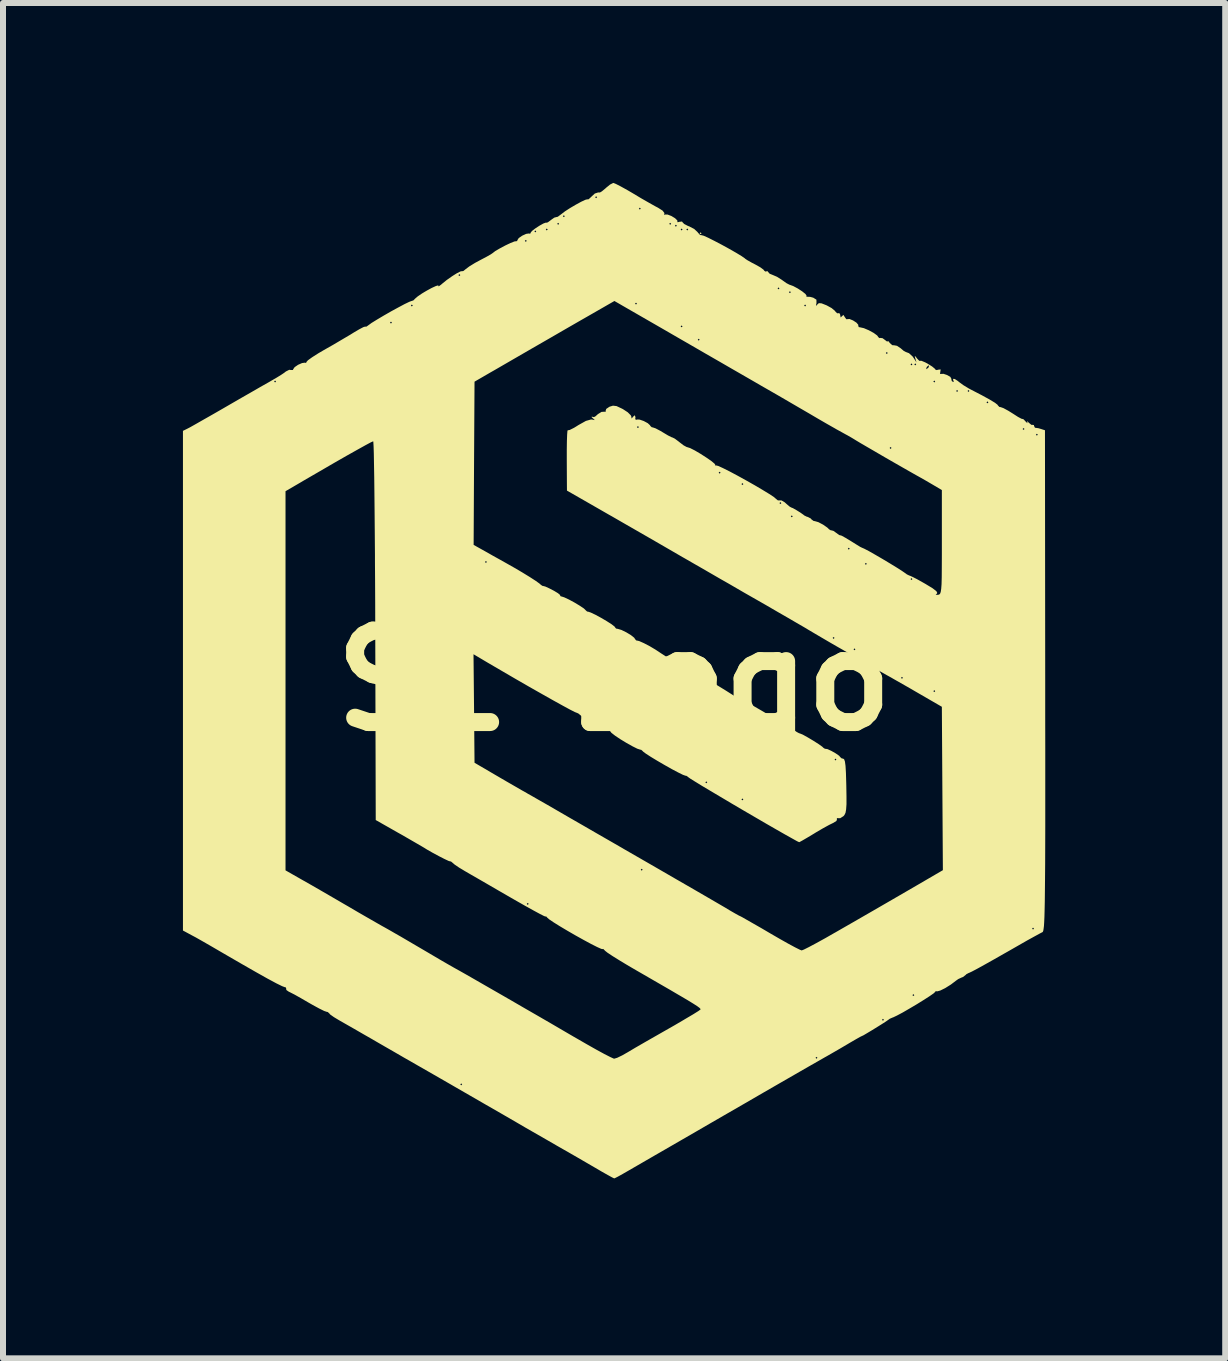
<source format=kicad_pcb>
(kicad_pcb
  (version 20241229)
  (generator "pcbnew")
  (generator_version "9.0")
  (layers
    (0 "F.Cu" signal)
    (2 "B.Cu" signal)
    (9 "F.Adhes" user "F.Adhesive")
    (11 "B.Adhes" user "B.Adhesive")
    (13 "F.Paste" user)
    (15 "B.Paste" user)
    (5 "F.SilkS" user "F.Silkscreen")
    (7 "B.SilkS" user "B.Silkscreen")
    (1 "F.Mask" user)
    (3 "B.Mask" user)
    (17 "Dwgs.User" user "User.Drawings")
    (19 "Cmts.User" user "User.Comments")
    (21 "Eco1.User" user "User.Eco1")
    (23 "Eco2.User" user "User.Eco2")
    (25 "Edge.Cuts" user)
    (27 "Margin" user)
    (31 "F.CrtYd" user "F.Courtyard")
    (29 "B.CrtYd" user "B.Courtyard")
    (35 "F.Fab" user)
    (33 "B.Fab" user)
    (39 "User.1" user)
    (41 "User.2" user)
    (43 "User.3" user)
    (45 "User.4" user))
  (footprint "SL Logo"
    (layer "F.Cu")
    (at 7.189 8.298)
    (property "Reference" "SL Logo" (at 0 0 0) (layer "F.SilkS") (effects (font (size 1.524 1.524) (thickness 0.3))))
    (attr board_only exclude_from_pos_files exclude_from_bom)
    (fp_poly (pts (xy 1.457 -7.458) (xy 1.441 -7.443) (xy 1.425 -7.458) (xy 1.441 -7.474)) (stroke (width 0) (type solid)) (fill yes) (layer "F.SilkS"))
    (fp_poly (pts (xy 0.028 -8.282) (xy 0.11 -8.24) (xy 0.22 -8.179) (xy 0.314 -8.124) (xy 0.449 -8.043) (xy 0.58 -7.968) (xy 0.685 -7.909) (xy 0.731 -7.885) (xy 0.808 -7.836) (xy 0.838 -7.796) (xy 0.836 -7.785) (xy 0.833 -7.764) (xy 0.848 -7.771) (xy 0.891 -7.771) (xy 0.954 -7.747) (xy 1.015 -7.71) (xy 1.053 -7.673) (xy 1.054 -7.652) (xy 1.058 -7.642) (xy 1.086 -7.65) (xy 1.131 -7.655) (xy 1.14 -7.642) (xy 1.167 -7.614) (xy 1.233 -7.58) (xy 1.251 -7.574) (xy 1.334 -7.531) (xy 1.391 -7.478) (xy 1.395 -7.471) (xy 1.432 -7.43) (xy 1.458 -7.427) (xy 1.492 -7.418) (xy 1.568 -7.384) (xy 1.673 -7.331) (xy 1.793 -7.268) (xy 1.917 -7.2) (xy 2.031 -7.135) (xy 2.122 -7.08) (xy 2.177 -7.042) (xy 2.185 -7.034) (xy 2.221 -7.01) (xy 2.294 -6.969) (xy 2.352 -6.939) (xy 2.436 -6.892) (xy 2.49 -6.852) (xy 2.502 -6.835) (xy 2.522 -6.82) (xy 2.534 -6.825) (xy 2.563 -6.825) (xy 2.565 -6.815) (xy 2.592 -6.785) (xy 2.639 -6.766) (xy 2.716 -6.733) (xy 2.799 -6.68) (xy 2.804 -6.676) (xy 2.873 -6.627) (xy 2.923 -6.601) (xy 2.928 -6.6) (xy 2.985 -6.579) (xy 3.06 -6.539) (xy 3.134 -6.491) (xy 3.189 -6.447) (xy 3.208 -6.418) (xy 3.207 -6.416) (xy 3.205 -6.4) (xy 3.215 -6.401) (xy 3.267 -6.399) (xy 3.319 -6.385) (xy 3.372 -6.352) (xy 3.373 -6.294) (xy 3.372 -6.292) (xy 3.364 -6.249) (xy 3.38 -6.262) (xy 3.384 -6.269) (xy 3.412 -6.294) (xy 3.457 -6.291) (xy 3.536 -6.26) (xy 3.543 -6.257) (xy 3.625 -6.212) (xy 3.679 -6.167) (xy 3.688 -6.154) (xy 3.719 -6.124) (xy 3.737 -6.128) (xy 3.763 -6.12) (xy 3.769 -6.091) (xy 3.776 -6.055) (xy 3.797 -6.076) (xy 3.822 -6.098) (xy 3.844 -6.063) (xy 3.87 -6.026) (xy 3.884 -6.027) (xy 3.923 -6.03) (xy 3.982 -6.006) (xy 4.039 -5.969) (xy 4.07 -5.933) (xy 4.069 -5.921) (xy 4.077 -5.895) (xy 4.101 -5.891) (xy 4.163 -5.877) (xy 4.245 -5.842) (xy 4.326 -5.798) (xy 4.385 -5.755) (xy 4.402 -5.73) (xy 4.421 -5.711) (xy 4.431 -5.715) (xy 4.474 -5.71) (xy 4.511 -5.683) (xy 4.549 -5.654) (xy 4.562 -5.659) (xy 4.575 -5.658) (xy 4.594 -5.631) (xy 4.637 -5.593) (xy 4.665 -5.592) (xy 4.715 -5.583) (xy 4.775 -5.543) (xy 4.829 -5.497) (xy 4.862 -5.48) (xy 4.915 -5.46) (xy 4.976 -5.404) (xy 5.001 -5.368) (xy 5.04 -5.305) (xy 5.022 -5.368) (xy 5.011 -5.412) (xy 5.024 -5.405) (xy 5.051 -5.37) (xy 5.087 -5.332) (xy 5.099 -5.333) (xy 5.123 -5.333) (xy 5.185 -5.307) (xy 5.226 -5.285) (xy 5.301 -5.238) (xy 5.347 -5.2) (xy 5.352 -5.189) (xy 5.376 -5.178) (xy 5.405 -5.185) (xy 5.443 -5.189) (xy 5.437 -5.15) (xy 5.432 -5.114) (xy 5.445 -5.114) (xy 5.49 -5.116) (xy 5.55 -5.096) (xy 5.603 -5.066) (xy 5.621 -5.037) (xy 5.62 -5.033) (xy 5.628 -4.997) (xy 5.642 -4.985) (xy 5.664 -4.981) (xy 5.656 -4.999) (xy 5.648 -5.032) (xy 5.678 -5.03) (xy 5.73 -4.996) (xy 5.75 -4.979) (xy 5.818 -4.929) (xy 5.91 -4.873) (xy 5.938 -4.858) (xy 6.127 -4.76) (xy 6.262 -4.686) (xy 6.349 -4.633) (xy 6.391 -4.6) (xy 6.398 -4.588) (xy 6.423 -4.563) (xy 6.442 -4.561) (xy 6.49 -4.544) (xy 6.571 -4.5) (xy 6.648 -4.452) (xy 6.732 -4.398) (xy 6.79 -4.367) (xy 6.809 -4.363) (xy 6.826 -4.357) (xy 6.859 -4.321) (xy 6.889 -4.292) (xy 6.888 -4.307) (xy 6.885 -4.329) (xy 6.913 -4.3) (xy 6.956 -4.265) (xy 6.979 -4.265) (xy 6.998 -4.262) (xy 6.999 -4.249) (xy 7.015 -4.217) (xy 7.023 -4.216) (xy 7.069 -4.21) (xy 7.114 -4.197) (xy 7.182 -4.175) (xy 7.186 -0.001) (xy 7.186 0.6) (xy 7.187 1.141) (xy 7.187 1.625) (xy 7.187 2.056) (xy 7.187 2.435) (xy 7.186 2.767) (xy 7.185 3.054) (xy 7.183 3.301) (xy 7.181 3.509) (xy 7.179 3.682) (xy 7.176 3.824) (xy 7.173 3.937) (xy 7.169 4.025) (xy 7.165 4.09) (xy 7.159 4.137) (xy 7.154 4.167) (xy 7.147 4.185) (xy 7.14 4.193) (xy 7.138 4.193) (xy 7.096 4.215) (xy 7.008 4.263) (xy 6.883 4.332) (xy 6.731 4.419) (xy 6.56 4.517) (xy 6.512 4.544) (xy 6.34 4.642) (xy 6.185 4.729) (xy 6.057 4.8) (xy 5.964 4.849) (xy 5.915 4.872) (xy 5.91 4.873) (xy 5.869 4.895) (xy 5.862 4.904) (xy 5.816 4.94) (xy 5.798 4.946) (xy 5.737 4.974) (xy 5.703 4.998) (xy 5.613 5.066) (xy 5.519 5.125) (xy 5.438 5.165) (xy 5.388 5.179) (xy 5.382 5.177) (xy 5.354 5.179) (xy 5.352 5.188) (xy 5.327 5.212) (xy 5.258 5.26) (xy 5.16 5.323) (xy 5.044 5.395) (xy 4.922 5.467) (xy 4.808 5.533) (xy 4.714 5.583) (xy 4.653 5.612) (xy 4.641 5.616) (xy 4.595 5.636) (xy 4.592 5.638) (xy 4.559 5.662) (xy 4.49 5.708) (xy 4.399 5.765) (xy 4.302 5.825) (xy 4.215 5.877) (xy 4.154 5.913) (xy 4.134 5.922) (xy 4.103 5.937) (xy 4.032 5.977) (xy 3.932 6.035) (xy 3.89 6.06) (xy 3.761 6.136) (xy 3.631 6.211) (xy 3.528 6.27) (xy 3.515 6.277) (xy 3.4 6.343) (xy 3.235 6.437) (xy 3.025 6.558) (xy 2.773 6.703) (xy 2.485 6.869) (xy 2.166 7.054) (xy 1.821 7.253) (xy 1.598 7.382) (xy 1.367 7.516) (xy 1.142 7.646) (xy 0.936 7.765) (xy 0.763 7.865) (xy 0.681 7.912) (xy 0.524 8.003) (xy 0.377 8.088) (xy 0.251 8.161) (xy 0.162 8.212) (xy 0.143 8.223) (xy 0.064 8.267) (xy 0.011 8.294) (xy 0 8.297) (xy -0.032 8.282) (xy -0.107 8.241) (xy -0.213 8.181) (xy -0.317 8.12) (xy -0.46 8.037) (xy -0.601 7.955) (xy -0.721 7.886) (xy -0.776 7.854) (xy -0.847 7.814) (xy -0.964 7.747) (xy -1.116 7.659) (xy -1.294 7.557) (xy -1.489 7.445) (xy -1.631 7.362) (xy -1.883 7.216) (xy -2.144 7.066) (xy -2.404 6.916) (xy -2.657 6.77) (xy -2.726 6.73) (xy -2.565 6.73) (xy -2.55 6.746) (xy -2.534 6.73) (xy -2.55 6.714) (xy -2.565 6.73) (xy -2.726 6.73) (xy -2.893 6.634) (xy -3.105 6.512) (xy -3.285 6.409) (xy -3.424 6.329) (xy -3.5 6.286) (xy -3.574 6.243) (xy -3.688 6.177) (xy -3.829 6.096) (xy -3.983 6.007) (xy -4.022 5.984) (xy -4.181 5.893) (xy -4.335 5.804) (xy -4.47 5.727) (xy -4.57 5.67) (xy -4.584 5.662) (xy -4.672 5.609) (xy -4.733 5.566) (xy -4.751 5.545) (xy -4.776 5.523) (xy -4.791 5.521) (xy -4.835 5.506) (xy -4.918 5.465) (xy -5.028 5.405) (xy -5.1 5.364) (xy -5.222 5.293) (xy -5.327 5.234) (xy -5.403 5.195) (xy -5.426 5.184) (xy -5.466 5.156) (xy -5.467 5.136) (xy -5.475 5.112) (xy -5.49 5.11) (xy -5.535 5.093) (xy -5.633 5.045) (xy -5.78 4.966) (xy -5.974 4.857) (xy -6.215 4.719) (xy -6.498 4.555) (xy -6.572 4.512) (xy -6.716 4.428) (xy -6.857 4.347) (xy -6.975 4.28) (xy -7.039 4.246) (xy -7.189 4.165) (xy -7.189 3.162) (xy -5.479 3.162) (xy -5.186 3.329) (xy -5.052 3.405) (xy -4.882 3.503) (xy -4.694 3.612) (xy -4.507 3.721) (xy -4.434 3.763) (xy -4.269 3.86) (xy -4.111 3.951) (xy -3.975 4.029) (xy -3.872 4.088) (xy -3.832 4.11) (xy -3.775 4.142) (xy -3.717 4.175) (xy -3.648 4.215) (xy -3.56 4.265) (xy -3.446 4.332) (xy -3.296 4.42) (xy -3.103 4.533) (xy -3.025 4.579) (xy -2.891 4.658) (xy -2.77 4.728) (xy -2.677 4.781) (xy -2.631 4.807) (xy -2.573 4.839) (xy -2.467 4.899) (xy -2.322 4.982) (xy -2.145 5.084) (xy -1.943 5.2) (xy -1.724 5.326) (xy -1.495 5.459) (xy -1.264 5.592) (xy -1.038 5.723) (xy -0.826 5.847) (xy -0.634 5.959) (xy -0.633 5.959) (xy -0.458 6.06) (xy -0.299 6.15) (xy -0.165 6.223) (xy -0.065 6.274) (xy -0.008 6.3) (xy 0 6.302) (xy 0.05 6.287) (xy 3.357 6.287) (xy 3.373 6.302) (xy 3.389 6.287) (xy 3.373 6.271) (xy 3.357 6.287) (xy 0.05 6.287) (xy 0.05 6.287) (xy 0.135 6.246) (xy 0.228 6.193) (xy 0.349 6.121) (xy 0.472 6.05) (xy 0.545 6.008) (xy 0.792 5.867) (xy 1.006 5.745) (xy 1.163 5.653) (xy 4.466 5.653) (xy 4.481 5.669) (xy 4.497 5.653) (xy 4.481 5.637) (xy 4.466 5.653) (xy 1.163 5.653) (xy 1.181 5.642) (xy 1.315 5.563) (xy 1.403 5.508) (xy 1.439 5.482) (xy 1.44 5.481) (xy 1.438 5.471) (xy 1.421 5.453) (xy 1.383 5.425) (xy 1.319 5.384) (xy 1.226 5.327) (xy 1.097 5.251) (xy 1.081 5.242) (xy 4.972 5.242) (xy 4.988 5.257) (xy 5.004 5.242) (xy 4.988 5.226) (xy 4.972 5.242) (xy 1.081 5.242) (xy 0.928 5.152) (xy 0.715 5.029) (xy 0.452 4.877) (xy 0.412 4.854) (xy 0.245 4.757) (xy 0.097 4.668) (xy -0.025 4.592) (xy -0.111 4.535) (xy -0.15 4.504) (xy -0.15 4.504) (xy -0.182 4.472) (xy -0.19 4.475) (xy -0.215 4.471) (xy -0.284 4.44) (xy -0.385 4.389) (xy -0.509 4.322) (xy -0.644 4.247) (xy -0.779 4.169) (xy -0.905 4.094) (xy -1.009 4.029) (xy -1.083 3.979) (xy -1.113 3.953) (xy -1.136 3.928) (xy -1.14 3.933) (xy -1.166 3.925) (xy -1.239 3.888) (xy -1.35 3.828) (xy -1.492 3.749) (xy -1.541 3.721) (xy -1.457 3.721) (xy -1.441 3.737) (xy -1.425 3.721) (xy -1.441 3.705) (xy -1.457 3.721) (xy -1.541 3.721) (xy -1.657 3.655) (xy -1.718 3.62) (xy -1.905 3.512) (xy -2.086 3.407) (xy -2.25 3.312) (xy -2.384 3.235) (xy -2.477 3.181) (xy -2.486 3.176) (xy -2.527 3.151) (xy 0.443 3.151) (xy 0.459 3.167) (xy 0.475 3.151) (xy 0.459 3.135) (xy 0.443 3.151) (xy -2.527 3.151) (xy -2.584 3.117) (xy -2.659 3.066) (xy -2.695 3.035) (xy -2.695 3.035) (xy -2.723 3.012) (xy -2.729 3.014) (xy -2.76 3.005) (xy -2.83 2.972) (xy -2.924 2.924) (xy -3.026 2.869) (xy -3.119 2.816) (xy -3.167 2.786) (xy -3.211 2.76) (xy -3.299 2.709) (xy -3.418 2.64) (xy -3.557 2.56) (xy -3.595 2.539) (xy -3.975 2.323) (xy -3.982 -0.441) (xy -2.345 -0.441) (xy -2.336 0.464) (xy -2.328 1.368) (xy -1.954 1.587) (xy -1.803 1.675) (xy -1.659 1.758) (xy -1.538 1.828) (xy -1.454 1.875) (xy -1.447 1.88) (xy -1.372 1.922) (xy -1.257 1.988) (xy -1.113 2.07) (xy -0.956 2.161) (xy -0.887 2.201) (xy -0.723 2.296) (xy -0.521 2.412) (xy -0.298 2.541) (xy -0.07 2.672) (xy 0.145 2.796) (xy 0.158 2.804) (xy 0.462 2.979) (xy 0.755 3.148) (xy 1.033 3.309) (xy 1.288 3.456) (xy 1.514 3.587) (xy 1.703 3.697) (xy 1.849 3.782) (xy 1.925 3.828) (xy 2.015 3.88) (xy 2.08 3.916) (xy 2.104 3.927) (xy 2.133 3.942) (xy 2.208 3.985) (xy 2.32 4.049) (xy 2.46 4.129) (xy 2.601 4.212) (xy 2.76 4.304) (xy 2.902 4.384) (xy 3.017 4.446) (xy 3.095 4.485) (xy 3.126 4.497) (xy 3.164 4.482) (xy 3.248 4.44) (xy 3.368 4.376) (xy 3.515 4.295) (xy 3.679 4.201) (xy 3.68 4.201) (xy 3.798 4.133) (xy 6.968 4.133) (xy 6.983 4.149) (xy 6.999 4.133) (xy 6.983 4.117) (xy 6.968 4.133) (xy 3.798 4.133) (xy 3.988 4.024) (xy 4.297 3.846) (xy 4.596 3.673) (xy 4.872 3.513) (xy 5.113 3.373) (xy 5.25 3.293) (xy 5.48 3.159) (xy 5.463 0.435) (xy 5.083 0.215) (xy 5.012 0.174) (xy 5.321 0.174) (xy 5.337 0.19) (xy 5.352 0.174) (xy 5.337 0.158) (xy 5.321 0.174) (xy 5.012 0.174) (xy 4.928 0.125) (xy 4.777 0.039) (xy 4.647 -0.035) (xy 4.625 -0.048) (xy 4.782 -0.048) (xy 4.798 -0.032) (xy 4.814 -0.048) (xy 4.798 -0.063) (xy 4.782 -0.048) (xy 4.625 -0.048) (xy 4.553 -0.088) (xy 4.545 -0.092) (xy 4.436 -0.154) (xy 4.302 -0.232) (xy 4.172 -0.31) (xy 4.169 -0.311) (xy 4.067 -0.373) (xy 3.988 -0.419) (xy 3.945 -0.442) (xy 3.941 -0.443) (xy 3.911 -0.458) (xy 3.838 -0.499) (xy 3.797 -0.523) (xy 3.991 -0.523) (xy 4.006 -0.507) (xy 4.022 -0.523) (xy 4.006 -0.538) (xy 3.991 -0.523) (xy 3.797 -0.523) (xy 3.733 -0.559) (xy 3.608 -0.631) (xy 3.475 -0.709) (xy 3.468 -0.713) (xy 3.642 -0.713) (xy 3.658 -0.697) (xy 3.674 -0.713) (xy 3.658 -0.728) (xy 3.642 -0.713) (xy 3.468 -0.713) (xy 3.344 -0.786) (xy 3.227 -0.855) (xy 3.215 -0.863) (xy 3.152 -0.9) (xy 3.043 -0.963) (xy 2.899 -1.047) (xy 2.727 -1.146) (xy 2.538 -1.256) (xy 2.407 -1.331) (xy 2.172 -1.465) (xy 1.914 -1.615) (xy 1.775 -1.694) (xy 4.941 -1.694) (xy 4.956 -1.679) (xy 4.972 -1.694) (xy 4.956 -1.71) (xy 4.941 -1.694) (xy 1.775 -1.694) (xy 1.649 -1.767) (xy 1.398 -1.912) (xy 1.335 -1.948) (xy 4.181 -1.948) (xy 4.196 -1.932) (xy 4.212 -1.948) (xy 4.196 -1.964) (xy 4.181 -1.948) (xy 1.335 -1.948) (xy 1.179 -2.038) (xy 1.14 -2.06) (xy 0.928 -2.183) (xy 0.897 -2.201) (xy 3.896 -2.201) (xy 3.911 -2.185) (xy 3.927 -2.201) (xy 3.911 -2.217) (xy 3.896 -2.201) (xy 0.897 -2.201) (xy 0.681 -2.326) (xy 0.417 -2.478) (xy 0.156 -2.628) (xy -0.038 -2.74) (xy 2.945 -2.74) (xy 2.961 -2.724) (xy 2.977 -2.74) (xy 2.961 -2.755) (xy 2.945 -2.74) (xy -0.038 -2.74) (xy -0.083 -2.765) (xy -0.116 -2.784) (xy -0.424 -2.961) (xy 2.755 -2.961) (xy 2.771 -2.945) (xy 2.787 -2.961) (xy 2.771 -2.977) (xy 2.755 -2.961) (xy -0.424 -2.961) (xy -0.787 -3.169) (xy -0.788 -3.278) (xy 2.122 -3.278) (xy 2.138 -3.262) (xy 2.154 -3.278) (xy 2.138 -3.294) (xy 2.122 -3.278) (xy -0.788 -3.278) (xy -0.789 -3.468) (xy 1.742 -3.468) (xy 1.758 -3.452) (xy 1.774 -3.468) (xy 1.758 -3.484) (xy 1.742 -3.468) (xy -0.789 -3.468) (xy -0.79 -3.681) (xy -0.79 -3.851) (xy -0.788 -3.995) (xy -0.784 -4.103) (xy -0.779 -4.164) (xy -0.775 -4.174) (xy -0.741 -4.18) (xy -0.671 -4.215) (xy -0.649 -4.228) (xy 0.38 -4.228) (xy 0.396 -4.212) (xy 0.412 -4.228) (xy 0.396 -4.244) (xy 0.38 -4.228) (xy -0.649 -4.228) (xy -0.593 -4.263) (xy -0.471 -4.331) (xy -0.385 -4.355) (xy -0.365 -4.353) (xy -0.324 -4.344) (xy -0.339 -4.361) (xy -0.348 -4.368) (xy -0.377 -4.395) (xy -0.372 -4.402) (xy -0.338 -4.394) (xy -0.311 -4.408) (xy -0.271 -4.444) (xy -0.211 -4.481) (xy -0.168 -4.484) (xy -0.139 -4.484) (xy -0.143 -4.497) (xy -0.132 -4.531) (xy -0.079 -4.567) (xy -0.02 -4.585) (xy 0.04 -4.578) (xy 0.123 -4.539) (xy 0.145 -4.528) (xy 0.226 -4.475) (xy 0.277 -4.424) (xy 0.286 -4.403) (xy 0.29 -4.371) (xy 0.312 -4.395) (xy 0.317 -4.402) (xy 0.344 -4.425) (xy 0.355 -4.393) (xy 0.351 -4.36) (xy 0.367 -4.348) (xy 0.378 -4.354) (xy 0.424 -4.353) (xy 0.493 -4.329) (xy 0.56 -4.293) (xy 0.599 -4.257) (xy 0.602 -4.248) (xy 0.627 -4.225) (xy 0.642 -4.223) (xy 0.69 -4.207) (xy 0.768 -4.166) (xy 0.815 -4.138) (xy 0.897 -4.089) (xy 0.957 -4.059) (xy 0.973 -4.054) (xy 1.011 -4.035) (xy 1.074 -3.988) (xy 1.09 -3.975) (xy 1.158 -3.923) (xy 1.21 -3.895) (xy 1.216 -3.894) (xy 1.266 -3.878) (xy 1.345 -3.838) (xy 1.44 -3.782) (xy 1.535 -3.721) (xy 1.618 -3.664) (xy 1.673 -3.618) (xy 1.687 -3.595) (xy 1.685 -3.583) (xy 1.699 -3.589) (xy 1.735 -3.58) (xy 1.814 -3.544) (xy 1.926 -3.488) (xy 2.059 -3.417) (xy 2.202 -3.338) (xy 2.345 -3.257) (xy 2.477 -3.179) (xy 2.587 -3.112) (xy 2.664 -3.061) (xy 2.696 -3.033) (xy 2.729 -3.006) (xy 2.735 -3.006) (xy 2.791 -3.005) (xy 2.843 -2.974) (xy 2.875 -2.945) (xy 2.927 -2.901) (xy 2.953 -2.887) (xy 2.981 -2.876) (xy 3.039 -2.843) (xy 3.105 -2.802) (xy 3.156 -2.766) (xy 3.167 -2.756) (xy 3.209 -2.735) (xy 3.23 -2.729) (xy 3.279 -2.703) (xy 3.288 -2.69) (xy 3.325 -2.663) (xy 3.345 -2.66) (xy 3.404 -2.643) (xy 3.484 -2.601) (xy 3.554 -2.552) (xy 3.582 -2.524) (xy 3.615 -2.505) (xy 3.621 -2.507) (xy 3.656 -2.497) (xy 3.704 -2.463) (xy 3.751 -2.428) (xy 3.769 -2.424) (xy 3.793 -2.417) (xy 3.856 -2.382) (xy 3.944 -2.329) (xy 4.035 -2.272) (xy 4.102 -2.231) (xy 4.131 -2.217) (xy 4.168 -2.201) (xy 4.247 -2.16) (xy 4.354 -2.099) (xy 4.476 -2.028) (xy 4.601 -1.953) (xy 4.717 -1.882) (xy 4.81 -1.822) (xy 4.868 -1.782) (xy 4.877 -1.774) (xy 4.92 -1.753) (xy 4.926 -1.752) (xy 4.967 -1.734) (xy 5.048 -1.693) (xy 5.153 -1.634) (xy 5.19 -1.613) (xy 5.307 -1.542) (xy 5.371 -1.493) (xy 5.387 -1.462) (xy 5.379 -1.451) (xy 5.36 -1.431) (xy 5.399 -1.432) (xy 5.4 -1.432) (xy 5.419 -1.437) (xy 5.433 -1.45) (xy 5.444 -1.479) (xy 5.452 -1.53) (xy 5.458 -1.61) (xy 5.461 -1.727) (xy 5.462 -1.887) (xy 5.463 -2.098) (xy 5.463 -2.31) (xy 5.463 -3.178) (xy 5.316 -3.265) (xy 5.198 -3.334) (xy 5.073 -3.405) (xy 5.031 -3.428) (xy 4.931 -3.485) (xy 4.803 -3.558) (xy 4.658 -3.641) (xy 4.505 -3.729) (xy 4.356 -3.816) (xy 4.246 -3.88) (xy 4.592 -3.88) (xy 4.608 -3.864) (xy 4.624 -3.88) (xy 4.608 -3.896) (xy 4.592 -3.88) (xy 4.246 -3.88) (xy 4.22 -3.895) (xy 4.11 -3.959) (xy 4.035 -4.004) (xy 4.006 -4.022) (xy 3.963 -4.048) (xy 3.883 -4.094) (xy 3.869 -4.101) (xy 7.031 -4.101) (xy 7.047 -4.086) (xy 7.063 -4.101) (xy 7.047 -4.117) (xy 7.031 -4.101) (xy 3.869 -4.101) (xy 3.795 -4.142) (xy 3.697 -4.196) (xy 6.809 -4.196) (xy 6.825 -4.181) (xy 6.841 -4.196) (xy 6.825 -4.212) (xy 6.809 -4.196) (xy 3.697 -4.196) (xy 3.684 -4.204) (xy 3.543 -4.284) (xy 3.398 -4.368) (xy 3.352 -4.395) (xy 3.245 -4.458) (xy 3.095 -4.545) (xy 2.932 -4.64) (xy 6.207 -4.64) (xy 6.223 -4.624) (xy 6.239 -4.64) (xy 6.223 -4.656) (xy 6.207 -4.64) (xy 2.932 -4.64) (xy 2.915 -4.65) (xy 2.719 -4.764) (xy 2.604 -4.83) (xy 5.701 -4.83) (xy 5.717 -4.814) (xy 5.732 -4.83) (xy 5.891 -4.83) (xy 5.907 -4.814) (xy 5.922 -4.83) (xy 5.907 -4.846) (xy 5.891 -4.83) (xy 5.732 -4.83) (xy 5.717 -4.846) (xy 5.701 -4.83) (xy 2.604 -4.83) (xy 2.517 -4.88) (xy 2.454 -4.916) (xy 2.33 -4.988) (xy 5.321 -4.988) (xy 5.337 -4.972) (xy 5.352 -4.988) (xy 5.337 -5.004) (xy 5.321 -4.988) (xy 2.33 -4.988) (xy 2.259 -5.029) (xy 2.023 -5.165) (xy 1.969 -5.196) (xy 5.202 -5.196) (xy 5.206 -5.194) (xy 5.235 -5.216) (xy 5.242 -5.226) (xy 5.25 -5.255) (xy 5.245 -5.257) (xy 5.216 -5.235) (xy 5.21 -5.226) (xy 5.202 -5.196) (xy 1.969 -5.196) (xy 1.836 -5.273) (xy 4.941 -5.273) (xy 4.956 -5.257) (xy 4.972 -5.273) (xy 5.004 -5.273) (xy 5.02 -5.257) (xy 5.036 -5.273) (xy 5.02 -5.289) (xy 5.004 -5.273) (xy 4.972 -5.273) (xy 4.956 -5.289) (xy 4.941 -5.273) (xy 1.836 -5.273) (xy 1.76 -5.317) (xy 1.506 -5.463) (xy 4.529 -5.463) (xy 4.545 -5.447) (xy 4.561 -5.463) (xy 4.545 -5.479) (xy 4.529 -5.463) (xy 1.506 -5.463) (xy 1.484 -5.476) (xy 1.209 -5.635) (xy 1.122 -5.685) (xy 1.394 -5.685) (xy 1.409 -5.669) (xy 1.425 -5.685) (xy 1.409 -5.701) (xy 1.394 -5.685) (xy 1.122 -5.685) (xy 0.949 -5.785) (xy 0.913 -5.806) (xy 0.738 -5.907) (xy 1.108 -5.907) (xy 1.124 -5.891) (xy 1.14 -5.907) (xy 1.124 -5.922) (xy 1.108 -5.907) (xy 0.738 -5.907) (xy 0.134 -6.255) (xy 3.167 -6.255) (xy 3.183 -6.239) (xy 3.199 -6.255) (xy 3.183 -6.271) (xy 3.167 -6.255) (xy 0.134 -6.255) (xy 0.079 -6.287) (xy 0.348 -6.287) (xy 0.364 -6.271) (xy 0.38 -6.287) (xy 0.364 -6.302) (xy 0.348 -6.287) (xy 0.079 -6.287) (xy 0.004 -6.33) (xy -0.37 -6.115) (xy -0.564 -6.004) (xy -0.802 -5.867) (xy -1.075 -5.709) (xy -1.372 -5.538) (xy -1.683 -5.358) (xy -1.999 -5.175) (xy -2.059 -5.141) (xy -2.328 -4.985) (xy -2.336 -3.625) (xy -2.343 -2.264) (xy -2.146 -2.154) (xy -2.021 -2.083) (xy -1.893 -2.012) (xy -1.806 -1.963) (xy -1.668 -1.885) (xy -1.532 -1.805) (xy -1.408 -1.729) (xy -1.309 -1.665) (xy -1.246 -1.62) (xy -1.232 -1.607) (xy -1.198 -1.581) (xy -1.192 -1.581) (xy -1.149 -1.57) (xy -1.079 -1.538) (xy -1.002 -1.498) (xy -0.936 -1.458) (xy -0.903 -1.43) (xy -0.903 -1.425) (xy -0.891 -1.406) (xy -0.877 -1.404) (xy -0.831 -1.389) (xy -0.752 -1.352) (xy -0.66 -1.302) (xy -0.572 -1.249) (xy -0.505 -1.204) (xy -0.475 -1.175) (xy -0.475 -1.174) (xy -0.45 -1.152) (xy -0.435 -1.151) (xy -0.39 -1.136) (xy -0.312 -1.099) (xy -0.218 -1.048) (xy -0.123 -0.992) (xy -0.043 -0.941) (xy 0.007 -0.902) (xy 0.016 -0.888) (xy 0.032 -0.869) (xy 0.06 -0.864) (xy 0.121 -0.846) (xy 0.201 -0.807) (xy 0.279 -0.76) (xy 0.334 -0.716) (xy 0.348 -0.694) (xy 0.367 -0.671) (xy 0.372 -0.671) (xy 0.416 -0.661) (xy 0.495 -0.626) (xy 0.593 -0.575) (xy 0.692 -0.516) (xy 0.776 -0.46) (xy 0.776 -0.46) (xy 0.86 -0.406) (xy 0.937 -0.369) (xy 0.942 -0.367) (xy 0.997 -0.34) (xy 1.013 -0.32) (xy 1.039 -0.296) (xy 1.053 -0.294) (xy 1.095 -0.278) (xy 1.179 -0.234) (xy 1.296 -0.17) (xy 1.433 -0.092) (xy 1.581 -0.005) (xy 1.727 0.082) (xy 1.862 0.165) (xy 1.974 0.236) (xy 2.052 0.289) (xy 2.085 0.315) (xy 2.11 0.338) (xy 2.106 0.324) (xy 2.121 0.32) (xy 2.178 0.343) (xy 2.267 0.389) (xy 2.286 0.4) (xy 2.462 0.502) (xy 2.629 0.6) (xy 2.779 0.69) (xy 2.903 0.765) (xy 2.992 0.82) (xy 3.037 0.85) (xy 3.04 0.853) (xy 3.083 0.876) (xy 3.095 0.879) (xy 3.144 0.899) (xy 3.225 0.944) (xy 3.319 1) (xy 3.407 1.056) (xy 3.47 1.101) (xy 3.487 1.118) (xy 3.517 1.137) (xy 3.521 1.135) (xy 3.557 1.141) (xy 3.622 1.171) (xy 3.694 1.212) (xy 3.75 1.251) (xy 3.769 1.274) (xy 3.794 1.296) (xy 3.815 1.299) (xy 3.833 1.309) (xy 3.847 1.347) (xy 3.857 1.42) (xy 3.864 1.538) (xy 3.869 1.709) (xy 3.87 1.75) (xy 3.873 1.931) (xy 3.873 2.059) (xy 3.867 2.146) (xy 3.857 2.202) (xy 3.839 2.239) (xy 3.823 2.258) (xy 3.768 2.293) (xy 3.731 2.292) (xy 3.71 2.29) (xy 3.716 2.304) (xy 3.706 2.338) (xy 3.651 2.372) (xy 3.65 2.372) (xy 3.583 2.405) (xy 3.481 2.461) (xy 3.363 2.53) (xy 3.331 2.55) (xy 3.224 2.614) (xy 3.14 2.663) (xy 3.091 2.69) (xy 3.084 2.692) (xy 3.051 2.677) (xy 2.972 2.633) (xy 2.854 2.567) (xy 2.705 2.482) (xy 2.533 2.383) (xy 2.346 2.274) (xy 2.152 2.161) (xy 1.958 2.047) (xy 1.844 1.979) (xy 2.122 1.979) (xy 2.138 1.995) (xy 2.154 1.979) (xy 2.138 1.964) (xy 2.122 1.979) (xy 1.844 1.979) (xy 1.773 1.937) (xy 1.603 1.836) (xy 1.457 1.749) (xy 1.368 1.694) (xy 1.52 1.694) (xy 1.536 1.71) (xy 1.552 1.694) (xy 1.536 1.679) (xy 1.52 1.694) (xy 1.368 1.694) (xy 1.343 1.679) (xy 1.268 1.632) (xy 1.24 1.612) (xy 1.204 1.586) (xy 1.188 1.584) (xy 1.146 1.569) (xy 1.065 1.529) (xy 0.957 1.472) (xy 0.837 1.404) (xy 0.717 1.334) (xy 0.684 1.314) (xy 3.674 1.314) (xy 3.69 1.33) (xy 3.705 1.314) (xy 3.69 1.299) (xy 3.674 1.314) (xy 0.684 1.314) (xy 0.608 1.268) (xy 0.525 1.214) (xy 0.48 1.18) (xy 0.475 1.173) (xy 0.45 1.152) (xy 0.435 1.15) (xy 0.386 1.134) (xy 0.304 1.093) (xy 0.204 1.037) (xy 0.102 0.975) (xy 0.014 0.916) (xy -0.046 0.869) (xy -0.063 0.847) (xy -0.077 0.828) (xy -0.084 0.833) (xy -0.12 0.831) (xy -0.19 0.803) (xy -0.273 0.762) (xy -0.35 0.716) (xy -0.401 0.677) (xy -0.412 0.66) (xy -0.437 0.636) (xy -0.457 0.633) (xy -0.515 0.613) (xy -0.549 0.586) (xy 2.154 0.586) (xy 2.169 0.602) (xy 2.185 0.586) (xy 2.169 0.57) (xy 2.154 0.586) (xy -0.549 0.586) (xy -0.551 0.585) (xy -0.597 0.547) (xy -0.617 0.538) (xy -0.653 0.524) (xy -0.736 0.482) (xy -0.861 0.414) (xy -1.02 0.326) (xy -1.206 0.221) (xy -1.414 0.103) (xy -1.636 -0.025) (xy -1.866 -0.159) (xy -2.097 -0.294) (xy -2.099 -0.295) (xy -2.345 -0.441) (xy -3.982 -0.441) (xy -3.983 -0.834) (xy -3.984 -1.275) (xy -3.986 -1.698) (xy -3.988 -1.979) (xy -2.154 -1.979) (xy -2.138 -1.964) (xy -2.122 -1.979) (xy -2.138 -1.995) (xy -2.154 -1.979) (xy -3.988 -1.979) (xy -3.988 -2.099) (xy -3.991 -2.472) (xy -3.994 -2.815) (xy -3.997 -3.122) (xy -4 -3.389) (xy -4.004 -3.613) (xy -4.007 -3.789) (xy -4.011 -3.912) (xy -4.015 -3.979) (xy -4.017 -3.991) (xy -4.054 -3.975) (xy -4.14 -3.929) (xy -4.273 -3.855) (xy -4.448 -3.757) (xy -4.661 -3.635) (xy -4.907 -3.492) (xy -5.183 -3.332) (xy -5.218 -3.311) (xy -5.479 -3.159) (xy -5.479 3.162) (xy -7.189 3.162) (xy -7.189 0) (xy -7.189 -4.165) (xy -7.118 -4.2) (xy -7.068 -4.226) (xy -6.974 -4.279) (xy -6.846 -4.352) (xy -6.693 -4.439) (xy -6.54 -4.527) (xy -6.369 -4.626) (xy -6.208 -4.719) (xy -6.068 -4.799) (xy -5.962 -4.86) (xy -5.907 -4.892) (xy -5.746 -4.983) (xy -5.738 -4.988) (xy -5.669 -4.988) (xy -5.653 -4.972) (xy -5.637 -4.988) (xy -5.653 -5.004) (xy -5.669 -4.988) (xy -5.738 -4.988) (xy -5.631 -5.05) (xy -5.553 -5.098) (xy -5.501 -5.133) (xy -5.473 -5.155) (xy -5.417 -5.183) (xy -5.386 -5.179) (xy -5.355 -5.18) (xy -5.352 -5.191) (xy -5.327 -5.227) (xy -5.27 -5.266) (xy -5.204 -5.295) (xy -5.157 -5.302) (xy -5.151 -5.298) (xy -5.132 -5.302) (xy -5.131 -5.313) (xy -5.105 -5.342) (xy -5.034 -5.393) (xy -4.932 -5.458) (xy -4.838 -5.513) (xy -4.688 -5.598) (xy -4.534 -5.689) (xy -4.398 -5.769) (xy -4.347 -5.801) (xy -4.252 -5.857) (xy -4.182 -5.894) (xy -4.15 -5.904) (xy -4.149 -5.902) (xy -4.129 -5.903) (xy -4.093 -5.929) (xy -4.042 -5.966) (xy -4.035 -5.97) (xy -3.737 -5.97) (xy -3.721 -5.954) (xy -3.705 -5.97) (xy -3.721 -5.986) (xy -3.737 -5.97) (xy -4.035 -5.97) (xy -3.954 -6.02) (xy -3.843 -6.086) (xy -3.721 -6.156) (xy -3.6 -6.222) (xy -3.538 -6.255) (xy -3.389 -6.255) (xy -3.373 -6.239) (xy -3.357 -6.255) (xy -3.373 -6.271) (xy -3.389 -6.255) (xy -3.538 -6.255) (xy -3.495 -6.278) (xy -3.416 -6.316) (xy -3.378 -6.33) (xy -3.376 -6.33) (xy -3.346 -6.341) (xy -3.319 -6.369) (xy -3.276 -6.406) (xy -3.206 -6.454) (xy -3.168 -6.477) (xy 2.914 -6.477) (xy 2.93 -6.461) (xy 2.945 -6.477) (xy 2.93 -6.493) (xy 2.914 -6.477) (xy -3.168 -6.477) (xy -3.122 -6.504) (xy -3.056 -6.54) (xy 2.724 -6.54) (xy 2.74 -6.524) (xy 2.755 -6.54) (xy 2.74 -6.556) (xy 2.724 -6.54) (xy -3.056 -6.54) (xy -3.039 -6.549) (xy -2.971 -6.58) (xy -2.933 -6.591) (xy -2.931 -6.582) (xy -2.926 -6.573) (xy -2.886 -6.602) (xy -2.863 -6.622) (xy -2.79 -6.681) (xy -2.706 -6.74) (xy -2.672 -6.762) (xy -2.597 -6.762) (xy -2.581 -6.746) (xy -2.565 -6.762) (xy -2.581 -6.778) (xy -2.597 -6.762) (xy -2.672 -6.762) (xy -2.625 -6.791) (xy -2.563 -6.823) (xy -2.534 -6.828) (xy -2.534 -6.826) (xy -2.514 -6.83) (xy -2.473 -6.863) (xy -2.413 -6.908) (xy -2.318 -6.966) (xy -2.227 -7.015) (xy -2.13 -7.066) (xy -2.058 -7.107) (xy -2.027 -7.128) (xy -1.983 -7.162) (xy -1.906 -7.207) (xy -1.816 -7.255) (xy -1.728 -7.297) (xy -1.662 -7.323) (xy -1.636 -7.326) (xy -1.617 -7.329) (xy -1.616 -7.332) (xy -1.489 -7.332) (xy -1.473 -7.316) (xy -1.457 -7.332) (xy -1.473 -7.348) (xy -1.489 -7.332) (xy -1.616 -7.332) (xy -1.615 -7.342) (xy -1.591 -7.379) (xy -1.533 -7.419) (xy -1.468 -7.449) (xy -1.42 -7.456) (xy -1.413 -7.452) (xy -1.395 -7.456) (xy -1.394 -7.467) (xy -1.376 -7.49) (xy -1.33 -7.49) (xy -1.314 -7.474) (xy -1.299 -7.49) (xy -1.314 -7.506) (xy -1.33 -7.49) (xy -1.376 -7.49) (xy -1.371 -7.497) (xy -1.338 -7.522) (xy -1.14 -7.522) (xy -1.124 -7.506) (xy -1.108 -7.522) (xy 1.108 -7.522) (xy 1.124 -7.506) (xy 1.14 -7.522) (xy 1.203 -7.522) (xy 1.219 -7.506) (xy 1.235 -7.522) (xy 1.219 -7.538) (xy 1.203 -7.522) (xy 1.14 -7.522) (xy 1.124 -7.538) (xy 1.108 -7.522) (xy -1.108 -7.522) (xy -1.124 -7.538) (xy -1.14 -7.522) (xy -1.338 -7.522) (xy -1.315 -7.54) (xy -1.246 -7.585) (xy 1.013 -7.585) (xy 1.029 -7.569) (xy 1.045 -7.585) (xy 1.029 -7.601) (xy 1.013 -7.585) (xy -1.246 -7.585) (xy -1.244 -7.586) (xy -1.189 -7.617) (xy -0.95 -7.617) (xy -0.934 -7.601) (xy -0.918 -7.617) (xy 0.918 -7.617) (xy 0.934 -7.601) (xy 0.95 -7.617) (xy 0.934 -7.633) (xy 0.918 -7.617) (xy -0.918 -7.617) (xy -0.934 -7.633) (xy -0.95 -7.617) (xy -1.189 -7.617) (xy -1.178 -7.623) (xy -1.135 -7.638) (xy -1.129 -7.634) (xy -1.105 -7.642) (xy -1.054 -7.68) (xy -1.052 -7.682) (xy -0.998 -7.72) (xy -0.968 -7.728) (xy -0.967 -7.728) (xy -0.938 -7.735) (xy -0.927 -7.744) (xy -0.855 -7.744) (xy -0.839 -7.728) (xy -0.823 -7.744) (xy -0.839 -7.759) (xy -0.855 -7.744) (xy -0.927 -7.744) (xy -0.885 -7.775) (xy -0.881 -7.778) (xy -0.821 -7.824) (xy -0.75 -7.87) (xy 0.412 -7.87) (xy 0.428 -7.854) (xy 0.443 -7.87) (xy 0.428 -7.886) (xy 0.412 -7.87) (xy -0.75 -7.87) (xy -0.736 -7.879) (xy -0.641 -7.935) (xy -0.551 -7.984) (xy -0.481 -8.017) (xy -0.445 -8.026) (xy -0.443 -8.023) (xy -0.425 -8.027) (xy -0.389 -8.06) (xy -0.317 -8.06) (xy -0.301 -8.044) (xy -0.285 -8.06) (xy -0.301 -8.076) (xy -0.317 -8.06) (xy -0.389 -8.06) (xy -0.381 -8.067) (xy -0.379 -8.07) (xy -0.322 -8.122) (xy -0.269 -8.139) (xy -0.237 -8.139) (xy -0.205 -8.158) (xy -0.148 -8.205) (xy -0.134 -8.218) (xy -0.069 -8.271) (xy -0.018 -8.297) (xy -0.012 -8.298)) (stroke (width 0) (type solid)) (fill yes) (layer "F.SilkS")))
  (gr_rect
    (start -3 -3)
    (end 17.376 19.595)
    (stroke (width 0.1) (type default))
    (fill no)
    (layer "Edge.Cuts")))
</source>
